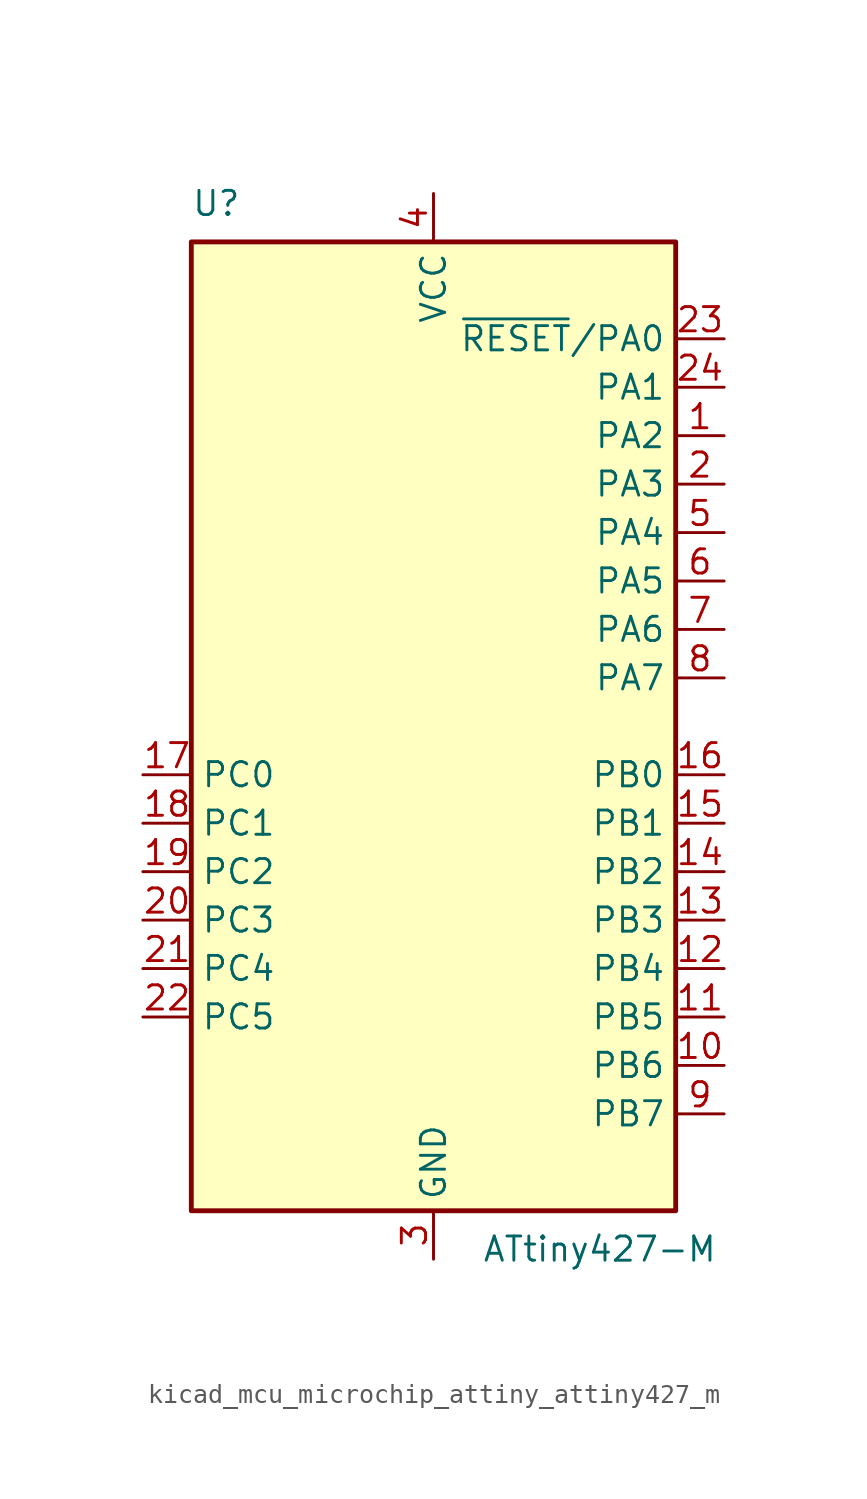
<source format=kicad_sym>
(kicad_symbol_lib
  (version 20220914)
  (generator kicad_symbol_editor)
  (symbol "kicad_mcu_microchip_attiny_attiny427_m"
    (property "Reference" "U"
      (at -12.7 26.67 0)
      (effects (font (size 1.27 1.27)) (justify left bottom)))
    (property "Value" "ATtiny427-M"
      (at 2.54 -26.67 0)
      (effects (font (size 1.27 1.27)) (justify left top)))
    (symbol "kicad_mcu_microchip_attiny_attiny427_m_0_1"
      (rectangle (start -12.7 -25.4) (end 12.7 25.4) (stroke (width 0.254) (type default)) (fill (type background))))
    (symbol "kicad_mcu_microchip_attiny_attiny427_m_1_1"
      (pin bidirectional line (at 15.24 15.24 180) (length 2.54) (name "PA2" (effects (font (size 1.27 1.27)))) (number "1" (effects (font (size 1.27 1.27)))))
      (pin bidirectional line (at 15.24 -17.78 180) (length 2.54) (name "PB6" (effects (font (size 1.27 1.27)))) (number "10" (effects (font (size 1.27 1.27)))))
      (pin bidirectional line (at 15.24 -15.24 180) (length 2.54) (name "PB5" (effects (font (size 1.27 1.27)))) (number "11" (effects (font (size 1.27 1.27)))))
      (pin bidirectional line (at 15.24 -12.7 180) (length 2.54) (name "PB4" (effects (font (size 1.27 1.27)))) (number "12" (effects (font (size 1.27 1.27)))))
      (pin bidirectional line (at 15.24 -10.16 180) (length 2.54) (name "PB3" (effects (font (size 1.27 1.27)))) (number "13" (effects (font (size 1.27 1.27)))))
      (pin bidirectional line (at 15.24 -7.62 180) (length 2.54) (name "PB2" (effects (font (size 1.27 1.27)))) (number "14" (effects (font (size 1.27 1.27)))))
      (pin bidirectional line (at 15.24 -5.08 180) (length 2.54) (name "PB1" (effects (font (size 1.27 1.27)))) (number "15" (effects (font (size 1.27 1.27)))))
      (pin bidirectional line (at 15.24 -2.54 180) (length 2.54) (name "PB0" (effects (font (size 1.27 1.27)))) (number "16" (effects (font (size 1.27 1.27)))))
      (pin bidirectional line (at -15.24 -2.54 0) (length 2.54) (name "PC0" (effects (font (size 1.27 1.27)))) (number "17" (effects (font (size 1.27 1.27)))))
      (pin bidirectional line (at -15.24 -5.08 0) (length 2.54) (name "PC1" (effects (font (size 1.27 1.27)))) (number "18" (effects (font (size 1.27 1.27)))))
      (pin bidirectional line (at -15.24 -7.62 0) (length 2.54) (name "PC2" (effects (font (size 1.27 1.27)))) (number "19" (effects (font (size 1.27 1.27)))))
      (pin bidirectional line (at 15.24 12.7 180) (length 2.54) (name "PA3" (effects (font (size 1.27 1.27)))) (number "2" (effects (font (size 1.27 1.27)))))
      (pin bidirectional line (at -15.24 -10.16 0) (length 2.54) (name "PC3" (effects (font (size 1.27 1.27)))) (number "20" (effects (font (size 1.27 1.27)))))
      (pin bidirectional line (at -15.24 -12.7 0) (length 2.54) (name "PC4" (effects (font (size 1.27 1.27)))) (number "21" (effects (font (size 1.27 1.27)))))
      (pin bidirectional line (at -15.24 -15.24 0) (length 2.54) (name "PC5" (effects (font (size 1.27 1.27)))) (number "22" (effects (font (size 1.27 1.27)))))
      (pin bidirectional line (at 15.24 20.32 180) (length 2.54) (name "~{RESET}/PA0" (effects (font (size 1.27 1.27)))) (number "23" (effects (font (size 1.27 1.27)))))
      (pin bidirectional line (at 15.24 17.78 180) (length 2.54) (name "PA1" (effects (font (size 1.27 1.27)))) (number "24" (effects (font (size 1.27 1.27)))))
      (pin passive line (at 0 -27.94 90) (length 2.54) hide (name "GND" (effects (font (size 1.27 1.27)))) (number "25" (effects (font (size 1.27 1.27)))))
      (pin power_in line (at 0 -27.94 90) (length 2.54) (name "GND" (effects (font (size 1.27 1.27)))) (number "3" (effects (font (size 1.27 1.27)))))
      (pin power_in line (at 0 27.94 270) (length 2.54) (name "VCC" (effects (font (size 1.27 1.27)))) (number "4" (effects (font (size 1.27 1.27)))))
      (pin bidirectional line (at 15.24 10.16 180) (length 2.54) (name "PA4" (effects (font (size 1.27 1.27)))) (number "5" (effects (font (size 1.27 1.27)))))
      (pin bidirectional line (at 15.24 7.62 180) (length 2.54) (name "PA5" (effects (font (size 1.27 1.27)))) (number "6" (effects (font (size 1.27 1.27)))))
      (pin bidirectional line (at 15.24 5.08 180) (length 2.54) (name "PA6" (effects (font (size 1.27 1.27)))) (number "7" (effects (font (size 1.27 1.27)))))
      (pin bidirectional line (at 15.24 2.54 180) (length 2.54) (name "PA7" (effects (font (size 1.27 1.27)))) (number "8" (effects (font (size 1.27 1.27)))))
      (pin bidirectional line (at 15.24 -20.32 180) (length 2.54) (name "PB7" (effects (font (size 1.27 1.27)))) (number "9" (effects (font (size 1.27 1.27))))))))
</source>
